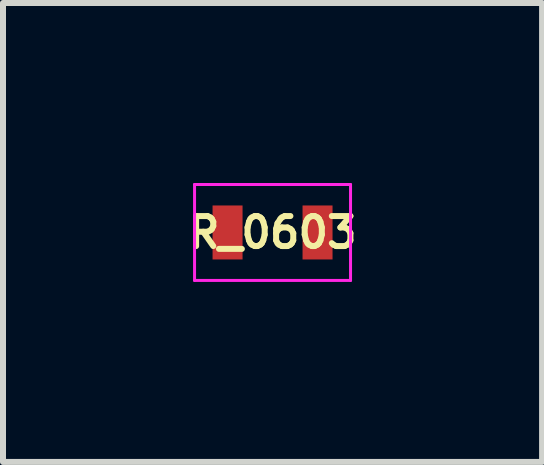
<source format=kicad_pcb>
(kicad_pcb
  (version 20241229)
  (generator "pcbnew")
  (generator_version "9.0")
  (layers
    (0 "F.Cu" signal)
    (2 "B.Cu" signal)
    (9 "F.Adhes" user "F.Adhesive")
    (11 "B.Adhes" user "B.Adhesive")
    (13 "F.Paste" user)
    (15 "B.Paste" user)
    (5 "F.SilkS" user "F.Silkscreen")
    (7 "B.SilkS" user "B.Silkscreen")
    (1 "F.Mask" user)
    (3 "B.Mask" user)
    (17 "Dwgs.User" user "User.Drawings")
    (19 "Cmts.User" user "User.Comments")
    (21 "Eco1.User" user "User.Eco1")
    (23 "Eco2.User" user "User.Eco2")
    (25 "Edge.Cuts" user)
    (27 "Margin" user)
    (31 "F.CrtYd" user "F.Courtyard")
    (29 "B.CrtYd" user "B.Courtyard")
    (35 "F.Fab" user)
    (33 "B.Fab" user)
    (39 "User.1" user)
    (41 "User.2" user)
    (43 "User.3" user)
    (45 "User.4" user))
  (footprint "R_0603"
    (layer "F.Cu")
    (at 1.493 0.825)
    (property "Reference" "R_0603" (at 0 0 0) (layer "F.SilkS") (effects (font (size 0.5 0.5) (thickness 0.1))))
    (attr smd)
    (fp_line (start -1.3 -0.8) (end -1.3 0.8) (stroke (width 0.05) (type solid)) (layer "F.CrtYd"))
    (fp_line (start -1.3 -0.8) (end 1.3 -0.8) (stroke (width 0.05) (type solid)) (layer "F.CrtYd"))
    (fp_line (start -1.3 0.8) (end 1.3 0.8) (stroke (width 0.05) (type solid)) (layer "F.CrtYd"))
    (fp_line (start 1.3 -0.8) (end 1.3 0.8) (stroke (width 0.05) (type solid)) (layer "F.CrtYd"))
    (pad "1" smd rect (at -0.75 0) (size 0.5 0.9) (layers "F.Cu" "F.Mask" "F.Paste"))
    (pad "2" smd rect (at 0.75 0) (size 0.5 0.9) (layers "F.Cu" "F.Mask" "F.Paste")))
  (gr_rect
    (start -3 -3)
    (end 5.986 4.65)
    (stroke (width 0.1) (type default))
    (fill no)
    (layer "Edge.Cuts")))
</source>
